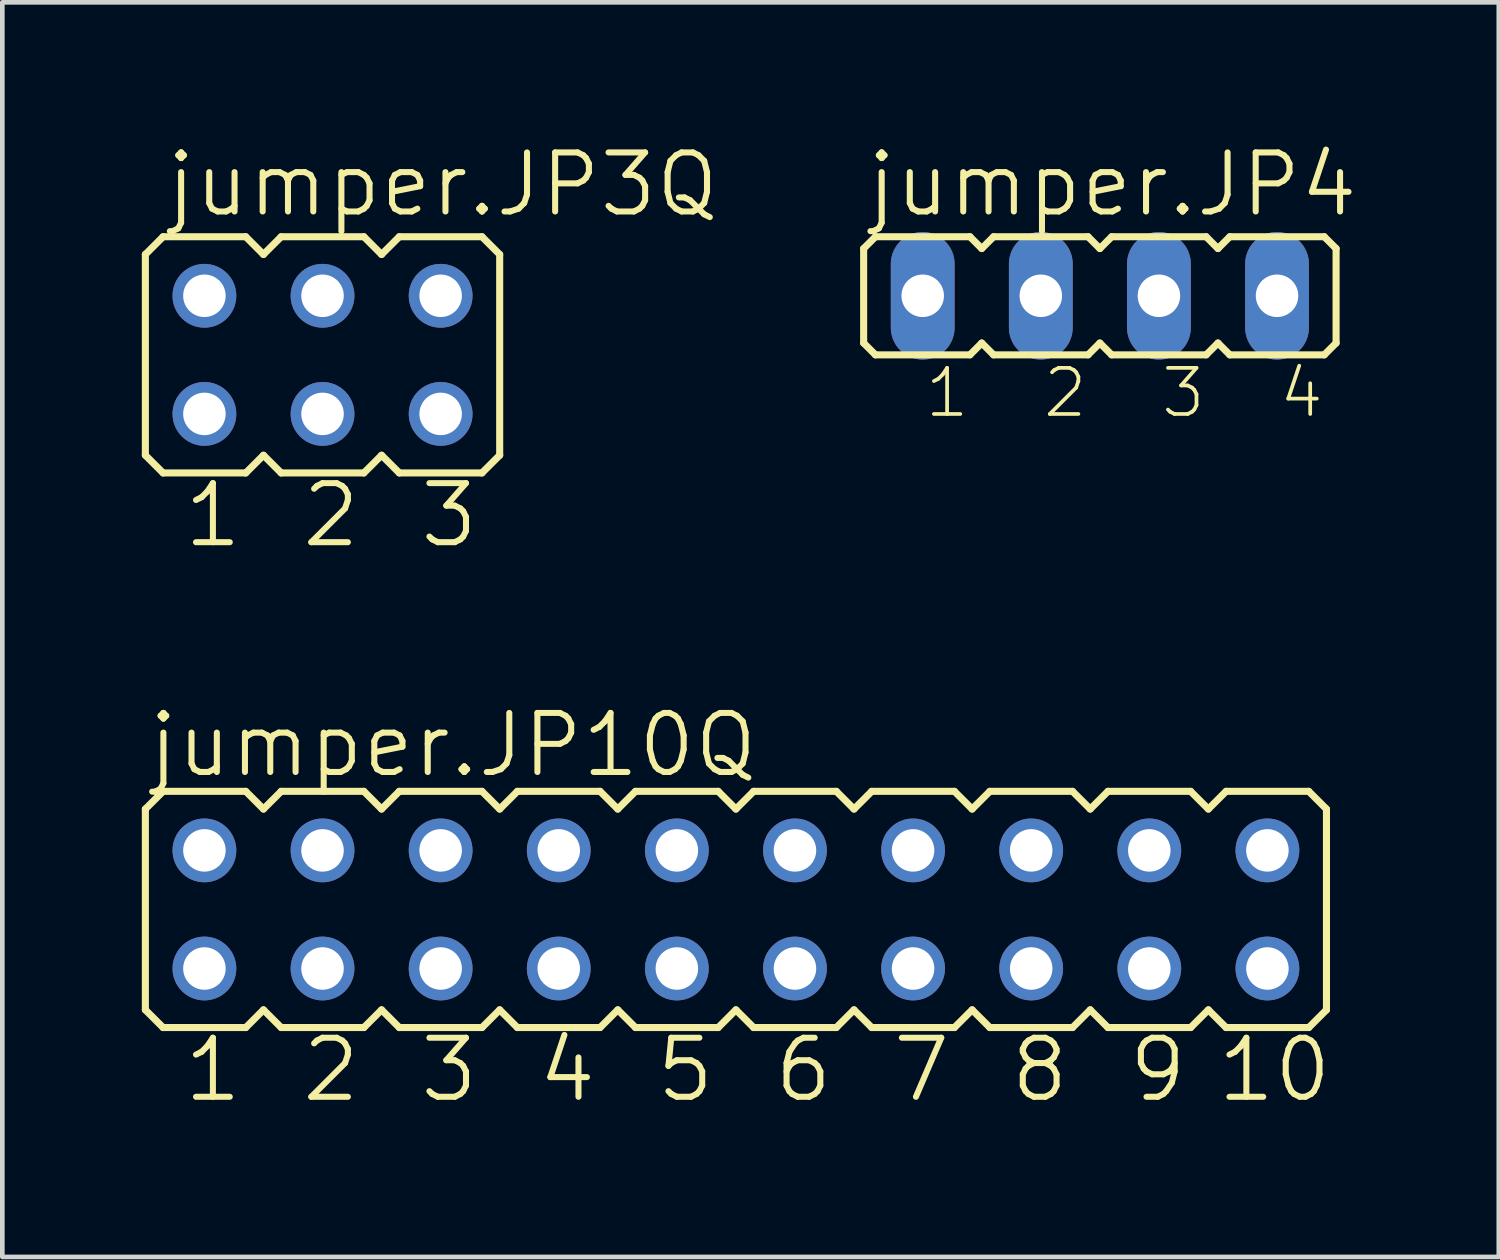
<source format=kicad_pcb>
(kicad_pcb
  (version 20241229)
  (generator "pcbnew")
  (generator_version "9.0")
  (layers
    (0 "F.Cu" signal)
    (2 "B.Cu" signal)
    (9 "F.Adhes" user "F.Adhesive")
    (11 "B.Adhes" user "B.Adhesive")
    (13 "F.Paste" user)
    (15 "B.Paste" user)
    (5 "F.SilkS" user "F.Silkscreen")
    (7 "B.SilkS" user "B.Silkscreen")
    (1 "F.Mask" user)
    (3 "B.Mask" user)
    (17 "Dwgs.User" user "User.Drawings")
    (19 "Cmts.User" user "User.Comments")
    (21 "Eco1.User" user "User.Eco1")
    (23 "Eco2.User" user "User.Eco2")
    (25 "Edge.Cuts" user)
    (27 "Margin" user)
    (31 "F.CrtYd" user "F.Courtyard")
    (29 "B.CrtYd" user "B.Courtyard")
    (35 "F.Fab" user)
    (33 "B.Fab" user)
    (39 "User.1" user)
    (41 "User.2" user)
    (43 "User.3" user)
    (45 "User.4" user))
  (footprint "jumper.JP4"
    (layer "F.Cu")
    (at 20.603 3.311)
    (property "Reference" "jumper.JP4" (at -5.08 -1.651 0) (layer "F.SilkS") (effects (font (size 1.27 1.27) (thickness 0.13)) (justify left bottom)))
    (attr through_hole)
    (fp_line (start -5.08 -1.016) (end -4.826 -1.27) (stroke (width 0.152) (type default)) (layer "F.SilkS"))
    (fp_line (start -5.08 1.016) (end -5.08 -1.016) (stroke (width 0.152) (type default)) (layer "F.SilkS"))
    (fp_line (start -5.08 1.016) (end -4.826 1.27) (stroke (width 0.152) (type default)) (layer "F.SilkS"))
    (fp_line (start -2.794 -1.27) (end -4.826 -1.27) (stroke (width 0.152) (type default)) (layer "F.SilkS"))
    (fp_line (start -2.794 -1.27) (end -2.54 -1.016) (stroke (width 0.152) (type default)) (layer "F.SilkS"))
    (fp_line (start -2.794 1.27) (end -4.826 1.27) (stroke (width 0.152) (type default)) (layer "F.SilkS"))
    (fp_line (start -2.794 1.27) (end -2.54 1.016) (stroke (width 0.152) (type default)) (layer "F.SilkS"))
    (fp_line (start -2.54 -1.016) (end -2.286 -1.27) (stroke (width 0.152) (type default)) (layer "F.SilkS"))
    (fp_line (start -2.54 1.016) (end -2.286 1.27) (stroke (width 0.152) (type default)) (layer "F.SilkS"))
    (fp_line (start -0.254 -1.27) (end -2.286 -1.27) (stroke (width 0.152) (type default)) (layer "F.SilkS"))
    (fp_line (start -0.254 -1.27) (end 0 -1.016) (stroke (width 0.152) (type default)) (layer "F.SilkS"))
    (fp_line (start -0.254 1.27) (end -2.286 1.27) (stroke (width 0.152) (type default)) (layer "F.SilkS"))
    (fp_line (start -0.254 1.27) (end 0 1.016) (stroke (width 0.152) (type default)) (layer "F.SilkS"))
    (fp_line (start 0 -1.016) (end 0.254 -1.27) (stroke (width 0.152) (type default)) (layer "F.SilkS"))
    (fp_line (start 0 1.016) (end 0.254 1.27) (stroke (width 0.152) (type default)) (layer "F.SilkS"))
    (fp_line (start 2.286 -1.27) (end 0.254 -1.27) (stroke (width 0.152) (type default)) (layer "F.SilkS"))
    (fp_line (start 2.286 -1.27) (end 2.54 -1.016) (stroke (width 0.152) (type default)) (layer "F.SilkS"))
    (fp_line (start 2.286 1.27) (end 0.254 1.27) (stroke (width 0.152) (type default)) (layer "F.SilkS"))
    (fp_line (start 2.286 1.27) (end 2.54 1.016) (stroke (width 0.152) (type default)) (layer "F.SilkS"))
    (fp_line (start 2.54 -1.016) (end 2.794 -1.27) (stroke (width 0.152) (type default)) (layer "F.SilkS"))
    (fp_line (start 2.54 1.016) (end 2.794 1.27) (stroke (width 0.152) (type default)) (layer "F.SilkS"))
    (fp_line (start 4.826 -1.27) (end 2.794 -1.27) (stroke (width 0.152) (type default)) (layer "F.SilkS"))
    (fp_line (start 4.826 -1.27) (end 5.08 -1.016) (stroke (width 0.152) (type default)) (layer "F.SilkS"))
    (fp_line (start 4.826 1.27) (end 2.794 1.27) (stroke (width 0.152) (type default)) (layer "F.SilkS"))
    (fp_line (start 4.826 1.27) (end 5.08 1.016) (stroke (width 0.152) (type default)) (layer "F.SilkS"))
    (fp_line (start 5.08 -1.016) (end 5.08 1.016) (stroke (width 0.152) (type default)) (layer "F.SilkS"))
    (fp_rect (start -4.115 0.305) (end -3.505 -0.305) (stroke (width 0.05) (type default)) (fill no) (layer "F.Fab"))
    (fp_rect (start -1.575 0.305) (end -0.965 -0.305) (stroke (width 0.05) (type default)) (fill no) (layer "F.Fab"))
    (fp_rect (start 0.965 0.305) (end 1.575 -0.305) (stroke (width 0.05) (type default)) (fill no) (layer "F.Fab"))
    (fp_rect (start 3.505 0.305) (end 4.115 -0.305) (stroke (width 0.05) (type default)) (fill no) (layer "F.Fab"))
    (fp_text user "3" (at 1.27 2.667 0) (layer "F.SilkS") (effects (font (size 0.991 0.991) (thickness 0.08)) (justify left bottom)))
    (fp_text user "4" (at 3.81 2.667 0) (layer "F.SilkS") (effects (font (size 0.991 0.991) (thickness 0.08)) (justify left bottom)))
    (fp_text user "2" (at -1.27 2.667 0) (layer "F.SilkS") (effects (font (size 0.991 0.991) (thickness 0.08)) (justify left bottom)))
    (fp_text user "1" (at -3.81 2.667 0) (layer "F.SilkS") (effects (font (size 0.991 0.991) (thickness 0.08)) (justify left bottom)))
    (pad "1" thru_hole oval (at -3.81 0 90) (size 2.743 1.372) (drill 0.914) (layers "*.Cu" "*.Mask"))
    (pad "2" thru_hole oval (at -1.27 0 90) (size 2.743 1.372) (drill 0.914) (layers "*.Cu" "*.Mask"))
    (pad "3" thru_hole oval (at 1.27 0 90) (size 2.743 1.372) (drill 0.914) (layers "*.Cu" "*.Mask"))
    (pad "4" thru_hole oval (at 3.81 0 90) (size 2.743 1.372) (drill 0.914) (layers "*.Cu" "*.Mask")))
  (footprint "jumper.JP3Q"
    (layer "F.Cu")
    (at 3.886 4.581)
    (property "Reference" "jumper.JP3Q" (at -3.429 -2.921 0) (layer "F.SilkS") (effects (font (size 1.27 1.27) (thickness 0.13)) (justify left bottom)))
    (attr through_hole)
    (fp_line (start -3.81 -2.159) (end -3.429 -2.54) (stroke (width 0.152) (type default)) (layer "F.SilkS"))
    (fp_line (start -3.81 2.159) (end -3.81 -2.159) (stroke (width 0.152) (type default)) (layer "F.SilkS"))
    (fp_line (start -3.81 2.159) (end -3.429 2.54) (stroke (width 0.152) (type default)) (layer "F.SilkS"))
    (fp_line (start -3.429 -2.54) (end -1.651 -2.54) (stroke (width 0.152) (type default)) (layer "F.SilkS"))
    (fp_line (start -3.429 2.54) (end -1.651 2.54) (stroke (width 0.152) (type default)) (layer "F.SilkS"))
    (fp_line (start -1.651 -2.54) (end -1.27 -2.159) (stroke (width 0.152) (type default)) (layer "F.SilkS"))
    (fp_line (start -1.27 -2.159) (end -0.889 -2.54) (stroke (width 0.152) (type default)) (layer "F.SilkS"))
    (fp_line (start -1.27 2.159) (end -1.651 2.54) (stroke (width 0.152) (type default)) (layer "F.SilkS"))
    (fp_line (start -1.27 2.159) (end -0.889 2.54) (stroke (width 0.152) (type default)) (layer "F.SilkS"))
    (fp_line (start -0.889 -2.54) (end 0.889 -2.54) (stroke (width 0.152) (type default)) (layer "F.SilkS"))
    (fp_line (start 0.889 2.54) (end -0.889 2.54) (stroke (width 0.152) (type default)) (layer "F.SilkS"))
    (fp_line (start 1.27 -2.159) (end 0.889 -2.54) (stroke (width 0.152) (type default)) (layer "F.SilkS"))
    (fp_line (start 1.27 -2.159) (end 1.651 -2.54) (stroke (width 0.152) (type default)) (layer "F.SilkS"))
    (fp_line (start 1.27 2.159) (end 0.889 2.54) (stroke (width 0.152) (type default)) (layer "F.SilkS"))
    (fp_line (start 1.27 2.159) (end 1.651 2.54) (stroke (width 0.152) (type default)) (layer "F.SilkS"))
    (fp_line (start 1.651 -2.54) (end 3.429 -2.54) (stroke (width 0.152) (type default)) (layer "F.SilkS"))
    (fp_line (start 3.429 2.54) (end 1.651 2.54) (stroke (width 0.152) (type default)) (layer "F.SilkS"))
    (fp_line (start 3.429 2.54) (end 3.81 2.159) (stroke (width 0.152) (type default)) (layer "F.SilkS"))
    (fp_line (start 3.81 -2.159) (end 3.429 -2.54) (stroke (width 0.152) (type default)) (layer "F.SilkS"))
    (fp_line (start 3.81 -2.159) (end 3.81 2.159) (stroke (width 0.152) (type default)) (layer "F.SilkS"))
    (fp_rect (start -2.845 -0.965) (end -2.235 -1.575) (stroke (width 0.05) (type default)) (fill no) (layer "F.Fab"))
    (fp_rect (start -2.845 1.575) (end -2.235 0.965) (stroke (width 0.05) (type default)) (fill no) (layer "F.Fab"))
    (fp_rect (start -0.305 -0.965) (end 0.305 -1.575) (stroke (width 0.05) (type default)) (fill no) (layer "F.Fab"))
    (fp_rect (start -0.305 1.575) (end 0.305 0.965) (stroke (width 0.05) (type default)) (fill no) (layer "F.Fab"))
    (fp_rect (start 2.235 -0.965) (end 2.845 -1.575) (stroke (width 0.05) (type default)) (fill no) (layer "F.Fab"))
    (fp_rect (start 2.235 1.575) (end 2.845 0.965) (stroke (width 0.05) (type default)) (fill no) (layer "F.Fab"))
    (fp_text user "1" (at -3.048 4.191 0) (layer "F.SilkS") (effects (font (size 1.27 1.27) (thickness 0.13)) (justify left bottom)))
    (fp_text user "2" (at -0.508 4.191 0) (layer "F.SilkS") (effects (font (size 1.27 1.27) (thickness 0.13)) (justify left bottom)))
    (fp_text user "3" (at 2.032 4.191 0) (layer "F.SilkS") (effects (font (size 1.27 1.27) (thickness 0.13)) (justify left bottom)))
    (pad "1" thru_hole circle (at -2.54 1.27) (size 1.372 1.372) (drill 0.914) (layers "*.Cu" "*.Mask"))
    (pad "2" thru_hole circle (at -2.54 -1.27) (size 1.372 1.372) (drill 0.914) (layers "*.Cu" "*.Mask"))
    (pad "3" thru_hole circle (at 0 1.27) (size 1.372 1.372) (drill 0.914) (layers "*.Cu" "*.Mask"))
    (pad "4" thru_hole circle (at 0 -1.27) (size 1.372 1.372) (drill 0.914) (layers "*.Cu" "*.Mask"))
    (pad "5" thru_hole circle (at 2.54 1.27) (size 1.372 1.372) (drill 0.914) (layers "*.Cu" "*.Mask"))
    (pad "6" thru_hole circle (at 2.54 -1.27) (size 1.372 1.372) (drill 0.914) (layers "*.Cu" "*.Mask")))
  (footprint "jumper.JP10Q"
    (layer "F.Cu")
    (at 12.776 16.508)
    (property "Reference" "jumper.JP10Q" (at -12.7 -2.794 0) (layer "F.SilkS") (effects (font (size 1.27 1.27) (thickness 0.13)) (justify left bottom)))
    (attr through_hole)
    (fp_line (start -12.7 -2.159) (end -12.319 -2.54) (stroke (width 0.152) (type default)) (layer "F.SilkS"))
    (fp_line (start -12.7 2.159) (end -12.7 -2.159) (stroke (width 0.152) (type default)) (layer "F.SilkS"))
    (fp_line (start -12.7 2.159) (end -12.319 2.54) (stroke (width 0.152) (type default)) (layer "F.SilkS"))
    (fp_line (start -12.319 -2.54) (end -10.541 -2.54) (stroke (width 0.152) (type default)) (layer "F.SilkS"))
    (fp_line (start -12.319 2.54) (end -10.541 2.54) (stroke (width 0.152) (type default)) (layer "F.SilkS"))
    (fp_line (start -10.541 -2.54) (end -10.16 -2.159) (stroke (width 0.152) (type default)) (layer "F.SilkS"))
    (fp_line (start -10.16 -2.159) (end -9.779 -2.54) (stroke (width 0.152) (type default)) (layer "F.SilkS"))
    (fp_line (start -10.16 2.159) (end -10.541 2.54) (stroke (width 0.152) (type default)) (layer "F.SilkS"))
    (fp_line (start -10.16 2.159) (end -9.779 2.54) (stroke (width 0.152) (type default)) (layer "F.SilkS"))
    (fp_line (start -9.779 -2.54) (end -8.001 -2.54) (stroke (width 0.152) (type default)) (layer "F.SilkS"))
    (fp_line (start -8.001 2.54) (end -9.779 2.54) (stroke (width 0.152) (type default)) (layer "F.SilkS"))
    (fp_line (start -7.62 -2.159) (end -8.001 -2.54) (stroke (width 0.152) (type default)) (layer "F.SilkS"))
    (fp_line (start -7.62 -2.159) (end -7.239 -2.54) (stroke (width 0.152) (type default)) (layer "F.SilkS"))
    (fp_line (start -7.62 2.159) (end -8.001 2.54) (stroke (width 0.152) (type default)) (layer "F.SilkS"))
    (fp_line (start -7.62 2.159) (end -7.239 2.54) (stroke (width 0.152) (type default)) (layer "F.SilkS"))
    (fp_line (start -7.239 -2.54) (end -5.461 -2.54) (stroke (width 0.152) (type default)) (layer "F.SilkS"))
    (fp_line (start -5.461 2.54) (end -7.239 2.54) (stroke (width 0.152) (type default)) (layer "F.SilkS"))
    (fp_line (start -5.461 2.54) (end -5.08 2.159) (stroke (width 0.152) (type default)) (layer "F.SilkS"))
    (fp_line (start -5.08 -2.159) (end -5.461 -2.54) (stroke (width 0.152) (type default)) (layer "F.SilkS"))
    (fp_line (start -5.08 -2.159) (end -4.699 -2.54) (stroke (width 0.152) (type default)) (layer "F.SilkS"))
    (fp_line (start -5.08 2.159) (end -4.699 2.54) (stroke (width 0.152) (type default)) (layer "F.SilkS"))
    (fp_line (start -4.699 -2.54) (end -2.921 -2.54) (stroke (width 0.152) (type default)) (layer "F.SilkS"))
    (fp_line (start -2.921 2.54) (end -4.699 2.54) (stroke (width 0.152) (type default)) (layer "F.SilkS"))
    (fp_line (start -2.921 2.54) (end -2.54 2.159) (stroke (width 0.152) (type default)) (layer "F.SilkS"))
    (fp_line (start -2.54 -2.159) (end -2.921 -2.54) (stroke (width 0.152) (type default)) (layer "F.SilkS"))
    (fp_line (start -2.54 -2.159) (end -2.159 -2.54) (stroke (width 0.152) (type default)) (layer "F.SilkS"))
    (fp_line (start -2.54 2.159) (end -2.159 2.54) (stroke (width 0.152) (type default)) (layer "F.SilkS"))
    (fp_line (start -2.159 -2.54) (end -0.381 -2.54) (stroke (width 0.152) (type default)) (layer "F.SilkS"))
    (fp_line (start -0.381 2.54) (end -2.159 2.54) (stroke (width 0.152) (type default)) (layer "F.SilkS"))
    (fp_line (start -0.381 2.54) (end 0 2.159) (stroke (width 0.152) (type default)) (layer "F.SilkS"))
    (fp_line (start 0 -2.159) (end -0.381 -2.54) (stroke (width 0.152) (type default)) (layer "F.SilkS"))
    (fp_line (start 0 -2.159) (end 0.381 -2.54) (stroke (width 0.152) (type default)) (layer "F.SilkS"))
    (fp_line (start 0 2.159) (end 0.381 2.54) (stroke (width 0.152) (type default)) (layer "F.SilkS"))
    (fp_line (start 0.381 -2.54) (end 2.159 -2.54) (stroke (width 0.152) (type default)) (layer "F.SilkS"))
    (fp_line (start 2.159 2.54) (end 0.381 2.54) (stroke (width 0.152) (type default)) (layer "F.SilkS"))
    (fp_line (start 2.159 2.54) (end 2.54 2.159) (stroke (width 0.152) (type default)) (layer "F.SilkS"))
    (fp_line (start 2.54 -2.159) (end 2.159 -2.54) (stroke (width 0.152) (type default)) (layer "F.SilkS"))
    (fp_line (start 2.54 -2.159) (end 2.921 -2.54) (stroke (width 0.152) (type default)) (layer "F.SilkS"))
    (fp_line (start 2.54 2.159) (end 2.921 2.54) (stroke (width 0.152) (type default)) (layer "F.SilkS"))
    (fp_line (start 2.921 -2.54) (end 4.699 -2.54) (stroke (width 0.152) (type default)) (layer "F.SilkS"))
    (fp_line (start 4.699 2.54) (end 2.921 2.54) (stroke (width 0.152) (type default)) (layer "F.SilkS"))
    (fp_line (start 4.699 2.54) (end 5.08 2.159) (stroke (width 0.152) (type default)) (layer "F.SilkS"))
    (fp_line (start 5.08 -2.159) (end 4.699 -2.54) (stroke (width 0.152) (type default)) (layer "F.SilkS"))
    (fp_line (start 5.08 -2.159) (end 5.461 -2.54) (stroke (width 0.152) (type default)) (layer "F.SilkS"))
    (fp_line (start 5.08 2.159) (end 5.461 2.54) (stroke (width 0.152) (type default)) (layer "F.SilkS"))
    (fp_line (start 5.461 -2.54) (end 7.239 -2.54) (stroke (width 0.152) (type default)) (layer "F.SilkS"))
    (fp_line (start 7.239 2.54) (end 5.461 2.54) (stroke (width 0.152) (type default)) (layer "F.SilkS"))
    (fp_line (start 7.239 2.54) (end 7.62 2.159) (stroke (width 0.152) (type default)) (layer "F.SilkS"))
    (fp_line (start 7.62 -2.159) (end 7.239 -2.54) (stroke (width 0.152) (type default)) (layer "F.SilkS"))
    (fp_line (start 7.62 -2.159) (end 8.001 -2.54) (stroke (width 0.152) (type default)) (layer "F.SilkS"))
    (fp_line (start 7.62 2.159) (end 8.001 2.54) (stroke (width 0.152) (type default)) (layer "F.SilkS"))
    (fp_line (start 8.001 -2.54) (end 9.779 -2.54) (stroke (width 0.152) (type default)) (layer "F.SilkS"))
    (fp_line (start 9.779 2.54) (end 8.001 2.54) (stroke (width 0.152) (type default)) (layer "F.SilkS"))
    (fp_line (start 9.779 2.54) (end 10.16 2.159) (stroke (width 0.152) (type default)) (layer "F.SilkS"))
    (fp_line (start 10.16 -2.159) (end 9.779 -2.54) (stroke (width 0.152) (type default)) (layer "F.SilkS"))
    (fp_line (start 10.16 -2.159) (end 10.541 -2.54) (stroke (width 0.152) (type default)) (layer "F.SilkS"))
    (fp_line (start 10.16 2.159) (end 10.541 2.54) (stroke (width 0.152) (type default)) (layer "F.SilkS"))
    (fp_line (start 10.541 -2.54) (end 12.319 -2.54) (stroke (width 0.152) (type default)) (layer "F.SilkS"))
    (fp_line (start 12.319 2.54) (end 10.541 2.54) (stroke (width 0.152) (type default)) (layer "F.SilkS"))
    (fp_line (start 12.319 2.54) (end 12.7 2.159) (stroke (width 0.152) (type default)) (layer "F.SilkS"))
    (fp_line (start 12.7 -2.159) (end 12.319 -2.54) (stroke (width 0.152) (type default)) (layer "F.SilkS"))
    (fp_line (start 12.7 -2.159) (end 12.7 2.159) (stroke (width 0.152) (type default)) (layer "F.SilkS"))
    (fp_rect (start -11.735 -0.965) (end -11.125 -1.575) (stroke (width 0.05) (type default)) (fill no) (layer "F.Fab"))
    (fp_rect (start -11.735 1.575) (end -11.125 0.965) (stroke (width 0.05) (type default)) (fill no) (layer "F.Fab"))
    (fp_rect (start -9.195 -0.965) (end -8.585 -1.575) (stroke (width 0.05) (type default)) (fill no) (layer "F.Fab"))
    (fp_rect (start -9.195 1.575) (end -8.585 0.965) (stroke (width 0.05) (type default)) (fill no) (layer "F.Fab"))
    (fp_rect (start -6.655 -0.965) (end -6.045 -1.575) (stroke (width 0.05) (type default)) (fill no) (layer "F.Fab"))
    (fp_rect (start -6.655 1.575) (end -6.045 0.965) (stroke (width 0.05) (type default)) (fill no) (layer "F.Fab"))
    (fp_rect (start -4.115 -0.965) (end -3.505 -1.575) (stroke (width 0.05) (type default)) (fill no) (layer "F.Fab"))
    (fp_rect (start -4.115 1.575) (end -3.505 0.965) (stroke (width 0.05) (type default)) (fill no) (layer "F.Fab"))
    (fp_rect (start -1.575 -0.965) (end -0.965 -1.575) (stroke (width 0.05) (type default)) (fill no) (layer "F.Fab"))
    (fp_rect (start -1.575 1.575) (end -0.965 0.965) (stroke (width 0.05) (type default)) (fill no) (layer "F.Fab"))
    (fp_rect (start 0.965 -0.965) (end 1.575 -1.575) (stroke (width 0.05) (type default)) (fill no) (layer "F.Fab"))
    (fp_rect (start 0.965 1.575) (end 1.575 0.965) (stroke (width 0.05) (type default)) (fill no) (layer "F.Fab"))
    (fp_rect (start 3.505 -0.965) (end 4.115 -1.575) (stroke (width 0.05) (type default)) (fill no) (layer "F.Fab"))
    (fp_rect (start 3.505 1.575) (end 4.115 0.965) (stroke (width 0.05) (type default)) (fill no) (layer "F.Fab"))
    (fp_rect (start 6.045 -0.965) (end 6.655 -1.575) (stroke (width 0.05) (type default)) (fill no) (layer "F.Fab"))
    (fp_rect (start 6.045 1.575) (end 6.655 0.965) (stroke (width 0.05) (type default)) (fill no) (layer "F.Fab"))
    (fp_rect (start 8.585 -0.965) (end 9.195 -1.575) (stroke (width 0.05) (type default)) (fill no) (layer "F.Fab"))
    (fp_rect (start 8.585 1.575) (end 9.195 0.965) (stroke (width 0.05) (type default)) (fill no) (layer "F.Fab"))
    (fp_rect (start 11.125 -0.965) (end 11.735 -1.575) (stroke (width 0.05) (type default)) (fill no) (layer "F.Fab"))
    (fp_rect (start 11.125 1.575) (end 11.735 0.965) (stroke (width 0.05) (type default)) (fill no) (layer "F.Fab"))
    (fp_text user "10" (at 10.287 4.191 0) (layer "F.SilkS") (effects (font (size 1.27 1.27) (thickness 0.13)) (justify left bottom)))
    (fp_text user "8" (at 5.842 4.191 0) (layer "F.SilkS") (effects (font (size 1.27 1.27) (thickness 0.13)) (justify left bottom)))
    (fp_text user "2" (at -9.398 4.191 0) (layer "F.SilkS") (effects (font (size 1.27 1.27) (thickness 0.13)) (justify left bottom)))
    (fp_text user "1" (at -11.938 4.191 0) (layer "F.SilkS") (effects (font (size 1.27 1.27) (thickness 0.13)) (justify left bottom)))
    (fp_text user "6" (at 0.762 4.191 0) (layer "F.SilkS") (effects (font (size 1.27 1.27) (thickness 0.13)) (justify left bottom)))
    (fp_text user "5" (at -1.778 4.191 0) (layer "F.SilkS") (effects (font (size 1.27 1.27) (thickness 0.13)) (justify left bottom)))
    (fp_text user "7" (at 3.302 4.191 0) (layer "F.SilkS") (effects (font (size 1.27 1.27) (thickness 0.13)) (justify left bottom)))
    (fp_text user "4" (at -4.318 4.191 0) (layer "F.SilkS") (effects (font (size 1.27 1.27) (thickness 0.13)) (justify left bottom)))
    (fp_text user "9" (at 8.382 4.191 0) (layer "F.SilkS") (effects (font (size 1.27 1.27) (thickness 0.13)) (justify left bottom)))
    (fp_text user "3" (at -6.858 4.191 0) (layer "F.SilkS") (effects (font (size 1.27 1.27) (thickness 0.13)) (justify left bottom)))
    (pad "1" thru_hole circle (at -11.43 1.27) (size 1.372 1.372) (drill 0.914) (layers "*.Cu" "*.Mask"))
    (pad "2" thru_hole circle (at -11.43 -1.27) (size 1.372 1.372) (drill 0.914) (layers "*.Cu" "*.Mask"))
    (pad "3" thru_hole circle (at -8.89 1.27) (size 1.372 1.372) (drill 0.914) (layers "*.Cu" "*.Mask"))
    (pad "4" thru_hole circle (at -8.89 -1.27) (size 1.372 1.372) (drill 0.914) (layers "*.Cu" "*.Mask"))
    (pad "5" thru_hole circle (at -6.35 1.27) (size 1.372 1.372) (drill 0.914) (layers "*.Cu" "*.Mask"))
    (pad "6" thru_hole circle (at -6.35 -1.27) (size 1.372 1.372) (drill 0.914) (layers "*.Cu" "*.Mask"))
    (pad "7" thru_hole circle (at -3.81 1.27) (size 1.372 1.372) (drill 0.914) (layers "*.Cu" "*.Mask"))
    (pad "8" thru_hole circle (at -3.81 -1.27) (size 1.372 1.372) (drill 0.914) (layers "*.Cu" "*.Mask"))
    (pad "9" thru_hole circle (at -1.27 1.27) (size 1.372 1.372) (drill 0.914) (layers "*.Cu" "*.Mask"))
    (pad "10" thru_hole circle (at -1.27 -1.27) (size 1.372 1.372) (drill 0.914) (layers "*.Cu" "*.Mask"))
    (pad "11" thru_hole circle (at 1.27 1.27) (size 1.372 1.372) (drill 0.914) (layers "*.Cu" "*.Mask"))
    (pad "12" thru_hole circle (at 1.27 -1.27) (size 1.372 1.372) (drill 0.914) (layers "*.Cu" "*.Mask"))
    (pad "13" thru_hole circle (at 3.81 1.27) (size 1.372 1.372) (drill 0.914) (layers "*.Cu" "*.Mask"))
    (pad "14" thru_hole circle (at 3.81 -1.27) (size 1.372 1.372) (drill 0.914) (layers "*.Cu" "*.Mask"))
    (pad "15" thru_hole circle (at 6.35 1.27) (size 1.372 1.372) (drill 0.914) (layers "*.Cu" "*.Mask"))
    (pad "16" thru_hole circle (at 6.35 -1.27) (size 1.372 1.372) (drill 0.914) (layers "*.Cu" "*.Mask"))
    (pad "17" thru_hole circle (at 8.89 1.27) (size 1.372 1.372) (drill 0.914) (layers "*.Cu" "*.Mask"))
    (pad "18" thru_hole circle (at 8.89 -1.27) (size 1.372 1.372) (drill 0.914) (layers "*.Cu" "*.Mask"))
    (pad "19" thru_hole circle (at 11.43 1.27) (size 1.372 1.372) (drill 0.914) (layers "*.Cu" "*.Mask"))
    (pad "20" thru_hole circle (at 11.43 -1.27) (size 1.372 1.372) (drill 0.914) (layers "*.Cu" "*.Mask")))
  (gr_rect
    (start -3 -3)
    (end 29.182 23.981)
    (stroke (width 0.1) (type default))
    (fill no)
    (layer "Edge.Cuts")))
</source>
